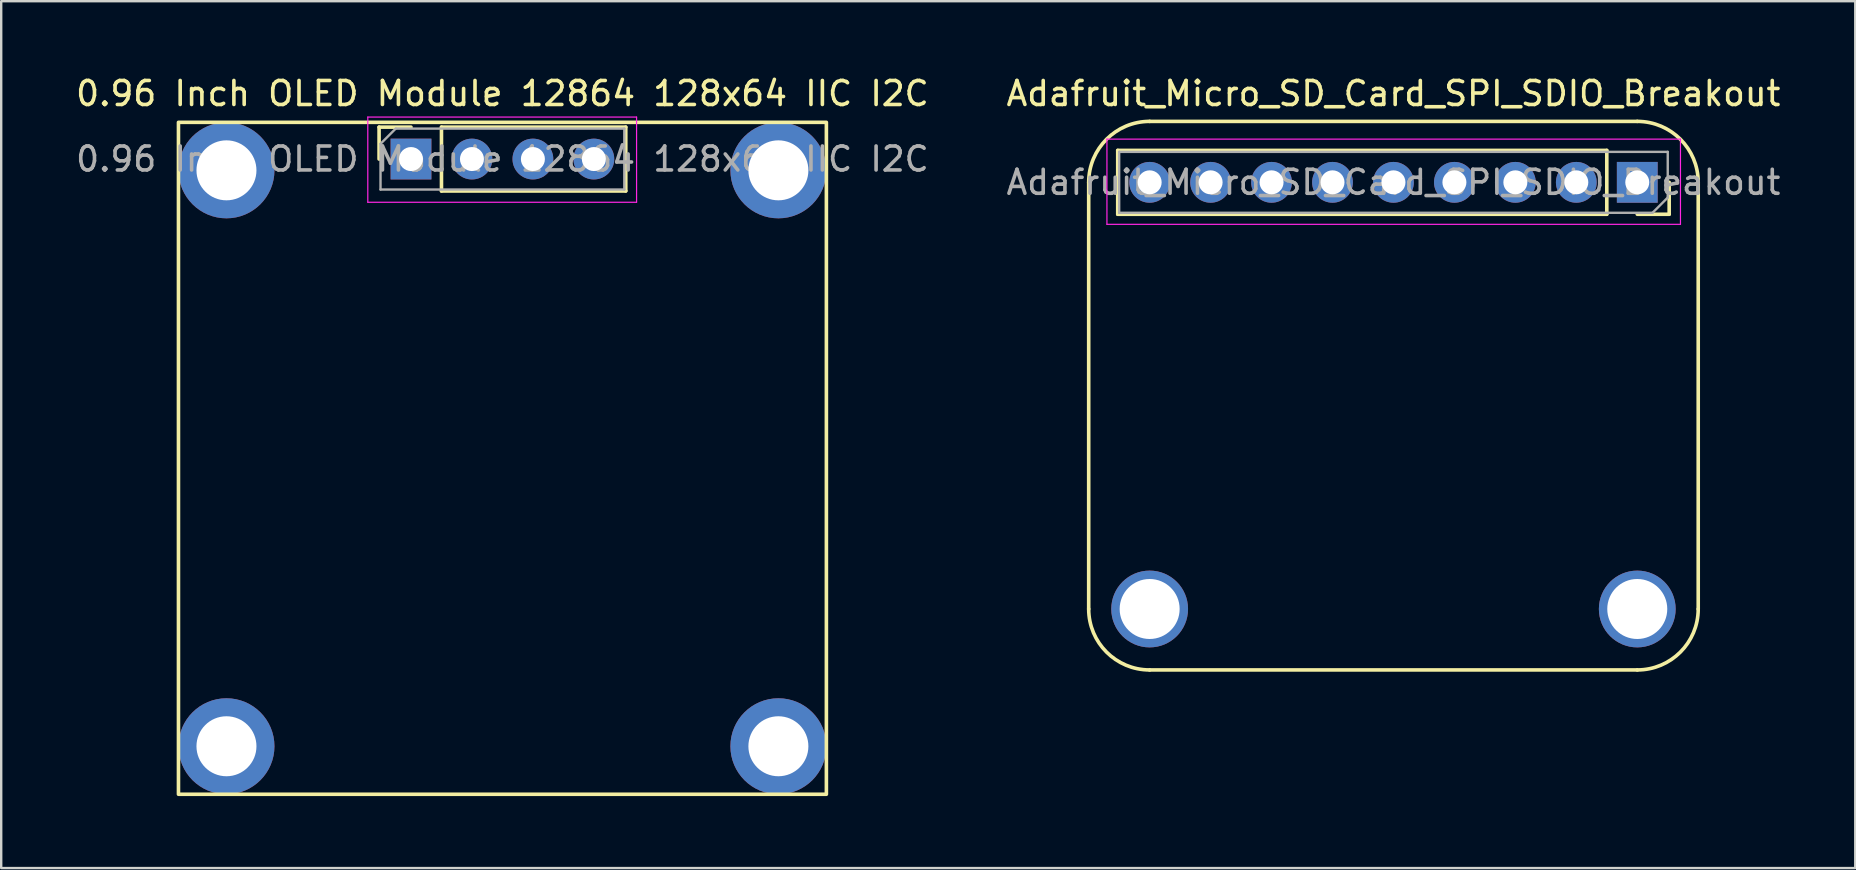
<source format=kicad_pcb>
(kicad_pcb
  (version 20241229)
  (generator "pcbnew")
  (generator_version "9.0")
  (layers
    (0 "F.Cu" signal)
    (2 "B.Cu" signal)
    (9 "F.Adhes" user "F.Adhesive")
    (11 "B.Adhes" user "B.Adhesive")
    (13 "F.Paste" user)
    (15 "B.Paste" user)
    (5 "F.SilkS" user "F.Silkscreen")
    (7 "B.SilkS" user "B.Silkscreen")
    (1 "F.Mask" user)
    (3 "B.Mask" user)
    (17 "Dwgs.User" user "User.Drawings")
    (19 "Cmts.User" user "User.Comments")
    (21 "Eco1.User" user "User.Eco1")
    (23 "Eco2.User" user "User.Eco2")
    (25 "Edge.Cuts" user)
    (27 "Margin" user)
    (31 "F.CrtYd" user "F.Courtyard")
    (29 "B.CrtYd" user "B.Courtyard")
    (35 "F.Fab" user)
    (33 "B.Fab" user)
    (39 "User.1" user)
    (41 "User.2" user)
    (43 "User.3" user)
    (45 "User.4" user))
  (footprint "0.96 Inch OLED Module 12864 128x64 IIC I2C"
    (layer "F.Cu")
    (at 17.887 3.548)
    (property "Reference" "0.96 Inch OLED Module 12864 128x64 IIC I2C" (at 0 -2.7 180) (layer "F.SilkS") (effects (font (size 1 1) (thickness 0.15))))
    (attr through_hole)
    (fp_line (start -5.14 -1.3) (end -3.81 -1.3) (stroke (width 0.15) (type solid)) (layer "F.SilkS"))
    (fp_line (start -5.14 0.03) (end -5.14 -1.3) (stroke (width 0.15) (type solid)) (layer "F.SilkS"))
    (fp_line (start -2.54 -1.3) (end 5.14 -1.3) (stroke (width 0.15) (type solid)) (layer "F.SilkS"))
    (fp_line (start -2.54 1.36) (end -2.54 -1.3) (stroke (width 0.15) (type solid)) (layer "F.SilkS"))
    (fp_line (start -2.54 1.36) (end 5.14 1.36) (stroke (width 0.15) (type solid)) (layer "F.SilkS"))
    (fp_line (start 5.14 1.36) (end 5.14 -1.3) (stroke (width 0.15) (type solid)) (layer "F.SilkS"))
    (fp_rect (start -13.5 -1.5) (end 13.5 26.5) (stroke (width 0.15) (type default)) (fill no) (layer "F.SilkS"))
    (fp_line (start -5.61 -1.72) (end 5.59 -1.72) (stroke (width 0.05) (type solid)) (layer "F.CrtYd"))
    (fp_line (start -5.61 1.83) (end -5.61 -1.72) (stroke (width 0.05) (type solid)) (layer "F.CrtYd"))
    (fp_line (start 5.59 -1.72) (end 5.59 1.83) (stroke (width 0.05) (type solid)) (layer "F.CrtYd"))
    (fp_line (start 5.59 1.83) (end -5.61 1.83) (stroke (width 0.05) (type solid)) (layer "F.CrtYd"))
    (fp_line (start -5.08 -0.605) (end -4.445 -1.24) (stroke (width 0.1) (type solid)) (layer "F.Fab"))
    (fp_line (start -5.08 1.3) (end -5.08 -0.605) (stroke (width 0.1) (type solid)) (layer "F.Fab"))
    (fp_line (start -4.445 -1.24) (end 5.08 -1.24) (stroke (width 0.1) (type solid)) (layer "F.Fab"))
    (fp_line (start 5.08 -1.24) (end 5.08 1.3) (stroke (width 0.1) (type solid)) (layer "F.Fab"))
    (fp_line (start 5.08 1.3) (end -5.08 1.3) (stroke (width 0.1) (type solid)) (layer "F.Fab"))
    (fp_text user "${REFERENCE}" (at 0 0.03 180) (layer "F.Fab") (effects (font (size 1 1) (thickness 0.15))))
    (pad "" np_thru_hole circle (at -11.5 0.5) (size 4 4) (drill 2.5) (layers "*.Cu" "*.Mask"))
    (pad "" np_thru_hole circle (at -11.5 24.5) (size 4 4) (drill 2.5) (layers "*.Cu" "*.Mask"))
    (pad "" np_thru_hole circle (at 11.5 0.5) (size 4 4) (drill 2.5) (layers "*.Cu" "*.Mask"))
    (pad "" np_thru_hole circle (at 11.5 24.5) (size 4 4) (drill 2.5) (layers "*.Cu" "*.Mask"))
    (pad "1" thru_hole rect (at -3.81 0.03 90) (size 1.7 1.7) (drill 1) (layers "*.Cu" "*.Mask"))
    (pad "2" thru_hole oval (at -1.27 0.03 90) (size 1.7 1.7) (drill 1) (layers "*.Cu" "*.Mask"))
    (pad "3" thru_hole oval (at 1.27 0.03 90) (size 1.7 1.7) (drill 1) (layers "*.Cu" "*.Mask"))
    (pad "4" thru_hole oval (at 3.81 0.03 90) (size 1.7 1.7) (drill 1) (layers "*.Cu" "*.Mask")))
  (footprint "Adafruit_Micro_SD_Card_SPI_SDIO_Breakout"
    (layer "F.Cu")
    (at 55.018 4.548)
    (property "Reference" "Adafruit_Micro_SD_Card_SPI_SDIO_Breakout" (at 0 -3.7 0) (layer "F.SilkS") (effects (font (size 1 1) (thickness 0.15))))
    (attr through_hole)
    (fp_line (start -12.7 17.78) (end -12.7 0) (stroke (width 0.15) (type default)) (layer "F.SilkS"))
    (fp_line (start -11.49 -1.33) (end -11.49 1.33) (stroke (width 0.15) (type solid)) (layer "F.SilkS"))
    (fp_line (start -10.16 -2.54) (end 10.16 -2.54) (stroke (width 0.15) (type default)) (layer "F.SilkS"))
    (fp_line (start 8.89 -1.33) (end -11.49 -1.33) (stroke (width 0.15) (type solid)) (layer "F.SilkS"))
    (fp_line (start 8.89 -1.33) (end 8.89 1.33) (stroke (width 0.15) (type solid)) (layer "F.SilkS"))
    (fp_line (start 8.89 1.33) (end -11.49 1.33) (stroke (width 0.15) (type solid)) (layer "F.SilkS"))
    (fp_line (start 10.16 20.32) (end -10.16 20.32) (stroke (width 0.15) (type default)) (layer "F.SilkS"))
    (fp_line (start 11.49 0) (end 11.49 1.33) (stroke (width 0.15) (type solid)) (layer "F.SilkS"))
    (fp_line (start 11.49 1.33) (end 10.16 1.33) (stroke (width 0.15) (type solid)) (layer "F.SilkS"))
    (fp_line (start 12.7 0) (end 12.7 17.78) (stroke (width 0.15) (type default)) (layer "F.SilkS"))
    (fp_arc (start -12.7 0) (mid -11.956051 -1.796051) (end -10.16 -2.54) (stroke (width 0.15) (type default)) (layer "F.SilkS"))
    (fp_arc (start -10.16 20.32) (mid -11.956051 19.576051) (end -12.7 17.78) (stroke (width 0.15) (type default)) (layer "F.SilkS"))
    (fp_arc (start 10.16 -2.54) (mid 11.956051 -1.796051) (end 12.7 0) (stroke (width 0.15) (type default)) (layer "F.SilkS"))
    (fp_arc (start 12.7 17.78) (mid 11.956051 19.576051) (end 10.16 20.32) (stroke (width 0.15) (type default)) (layer "F.SilkS"))
    (fp_line (start -11.94 -1.8) (end 11.96 -1.8) (stroke (width 0.05) (type solid)) (layer "F.CrtYd"))
    (fp_line (start -11.94 1.75) (end -11.94 -1.8) (stroke (width 0.05) (type solid)) (layer "F.CrtYd"))
    (fp_line (start 11.96 -1.8) (end 11.96 1.75) (stroke (width 0.05) (type solid)) (layer "F.CrtYd"))
    (fp_line (start 11.96 1.75) (end -11.94 1.75) (stroke (width 0.05) (type solid)) (layer "F.CrtYd"))
    (fp_line (start -11.43 -1.27) (end 11.43 -1.27) (stroke (width 0.1) (type solid)) (layer "F.Fab"))
    (fp_line (start -11.43 1.27) (end -11.43 -1.27) (stroke (width 0.1) (type solid)) (layer "F.Fab"))
    (fp_line (start 10.795 1.27) (end -11.43 1.27) (stroke (width 0.1) (type solid)) (layer "F.Fab"))
    (fp_line (start 11.43 -1.27) (end 11.43 0.635) (stroke (width 0.1) (type solid)) (layer "F.Fab"))
    (fp_line (start 11.43 0.635) (end 10.795 1.27) (stroke (width 0.1) (type solid)) (layer "F.Fab"))
    (fp_rect (start 12.7 -2.54) (end -12.7 20.32) (stroke (width 0.15) (type default)) (fill no) (layer "User.1"))
    (fp_text user "${REFERENCE}" (at 0 0 0) (layer "F.Fab") (effects (font (size 1 1) (thickness 0.15))))
    (pad "" np_thru_hole circle (at -10.16 17.78) (size 3.2 3.2) (drill 2.5) (layers "*.Cu" "*.Mask"))
    (pad "" np_thru_hole circle (at 10.16 17.78) (size 3.2 3.2) (drill 2.5) (layers "*.Cu" "*.Mask"))
    (pad "1" thru_hole rect (at 10.16 0 270) (size 1.7 1.7) (drill 1) (layers "*.Cu" "*.Mask"))
    (pad "2" thru_hole oval (at 7.62 0 270) (size 1.7 1.7) (drill 1) (layers "*.Cu" "*.Mask"))
    (pad "3" thru_hole oval (at 5.08 0 270) (size 1.7 1.7) (drill 1) (layers "*.Cu" "*.Mask"))
    (pad "4" thru_hole oval (at 2.54 0 270) (size 1.7 1.7) (drill 1) (layers "*.Cu" "*.Mask"))
    (pad "5" thru_hole oval (at 0 0 270) (size 1.7 1.7) (drill 1) (layers "*.Cu" "*.Mask"))
    (pad "6" thru_hole oval (at -2.54 0 270) (size 1.7 1.7) (drill 1) (layers "*.Cu" "*.Mask"))
    (pad "7" thru_hole oval (at -5.08 0 270) (size 1.7 1.7) (drill 1) (layers "*.Cu" "*.Mask"))
    (pad "8" thru_hole oval (at -7.62 0 270) (size 1.7 1.7) (drill 1) (layers "*.Cu" "*.Mask"))
    (pad "9" thru_hole oval (at -10.16 0 270) (size 1.7 1.7) (drill 1) (layers "*.Cu" "*.Mask")))
  (gr_rect
    (start -3 -3)
    (end 74.262 33.123)
    (stroke (width 0.1) (type default))
    (fill no)
    (layer "Edge.Cuts")))
</source>
